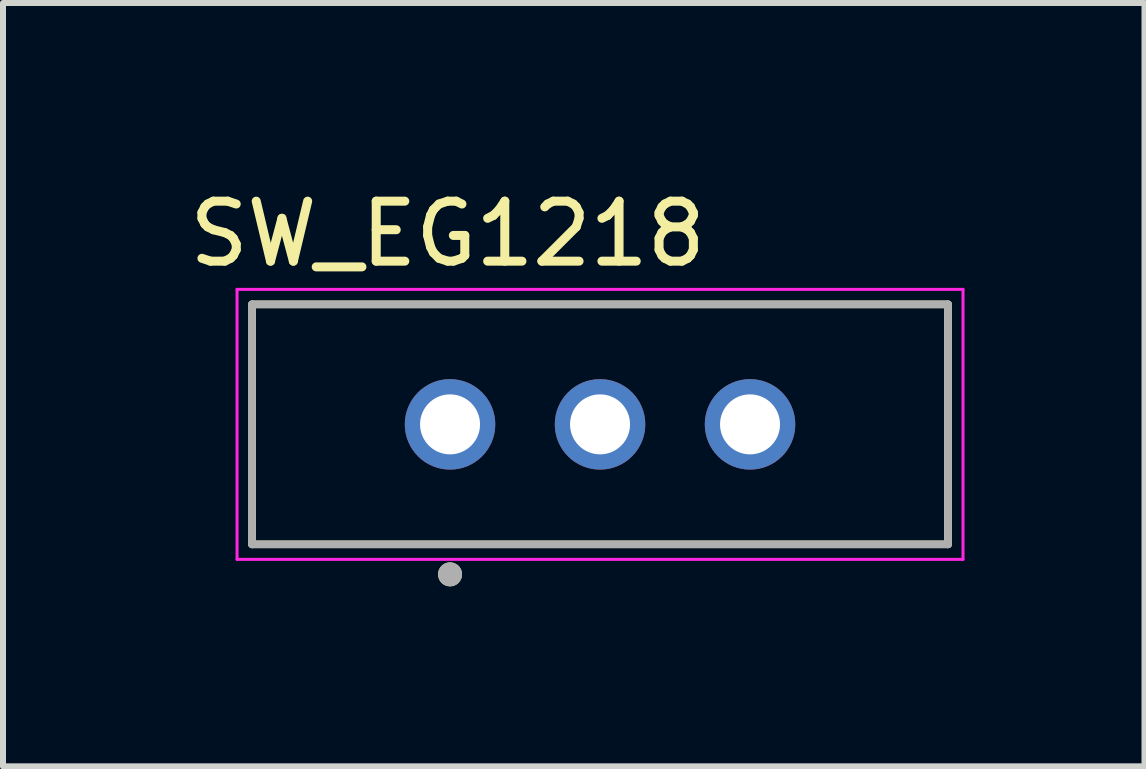
<source format=kicad_pcb>
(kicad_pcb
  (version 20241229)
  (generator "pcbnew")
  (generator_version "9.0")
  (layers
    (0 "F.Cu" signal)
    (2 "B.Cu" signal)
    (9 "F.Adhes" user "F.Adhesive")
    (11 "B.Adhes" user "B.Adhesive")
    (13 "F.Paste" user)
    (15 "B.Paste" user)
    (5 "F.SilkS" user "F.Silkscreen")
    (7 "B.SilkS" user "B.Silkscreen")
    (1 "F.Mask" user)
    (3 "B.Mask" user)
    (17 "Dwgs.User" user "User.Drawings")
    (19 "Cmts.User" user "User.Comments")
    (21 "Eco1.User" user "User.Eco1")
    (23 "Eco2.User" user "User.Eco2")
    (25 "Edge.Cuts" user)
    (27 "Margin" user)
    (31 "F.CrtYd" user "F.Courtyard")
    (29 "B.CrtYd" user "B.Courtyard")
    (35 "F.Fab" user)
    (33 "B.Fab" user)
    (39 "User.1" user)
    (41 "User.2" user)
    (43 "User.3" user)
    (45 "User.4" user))
  (footprint "SW_EG1218"
    (layer "F.Cu")
    (at 6.951 4.023)
    (property "Reference" "SW_EG1218" (at -2.54 -3.175 0) (layer "F.SilkS") (effects (font (size 1 1) (thickness 0.15))))
    (attr through_hole)
    (fp_line (start -5.8 -2) (end 5.8 -2) (stroke (width 0.127) (type solid)) (layer "F.SilkS"))
    (fp_line (start -5.8 2) (end -5.8 -2) (stroke (width 0.127) (type solid)) (layer "F.SilkS"))
    (fp_line (start 5.8 -2) (end 5.8 2) (stroke (width 0.127) (type solid)) (layer "F.SilkS"))
    (fp_line (start 5.8 2) (end -5.8 2) (stroke (width 0.127) (type solid)) (layer "F.SilkS"))
    (fp_circle (center -2.5 2.5) (end -2.4 2.5) (stroke (width 0.2) (type solid)) (fill no) (layer "F.SilkS"))
    (fp_line (start -6.05 -2.25) (end 6.05 -2.25) (stroke (width 0.05) (type solid)) (layer "F.CrtYd"))
    (fp_line (start -6.05 2.25) (end -6.05 -2.25) (stroke (width 0.05) (type solid)) (layer "F.CrtYd"))
    (fp_line (start 6.05 -2.25) (end 6.05 2.25) (stroke (width 0.05) (type solid)) (layer "F.CrtYd"))
    (fp_line (start 6.05 2.25) (end -6.05 2.25) (stroke (width 0.05) (type solid)) (layer "F.CrtYd"))
    (fp_line (start -5.8 -2) (end 5.8 -2) (stroke (width 0.127) (type solid)) (layer "F.Fab"))
    (fp_line (start -5.8 2) (end -5.8 -2) (stroke (width 0.127) (type solid)) (layer "F.Fab"))
    (fp_line (start 5.8 -2) (end 5.8 2) (stroke (width 0.127) (type solid)) (layer "F.Fab"))
    (fp_line (start 5.8 2) (end -5.8 2) (stroke (width 0.127) (type solid)) (layer "F.Fab"))
    (fp_circle (center -2.5 2.5) (end -2.4 2.5) (stroke (width 0.2) (type solid)) (fill no) (layer "F.Fab"))
    (pad "1" thru_hole circle (at -2.5 0) (size 1.508 1.508) (drill 1) (layers "*.Cu" "*.Mask"))
    (pad "2" thru_hole circle (at 0 0) (size 1.508 1.508) (drill 1) (layers "*.Cu" "*.Mask"))
    (pad "3" thru_hole circle (at 2.5 0) (size 1.508 1.508) (drill 1) (layers "*.Cu" "*.Mask")))
  (gr_rect
    (start -3 -3)
    (end 16.026 9.723)
    (stroke (width 0.1) (type default))
    (fill no)
    (layer "Edge.Cuts")))
</source>
